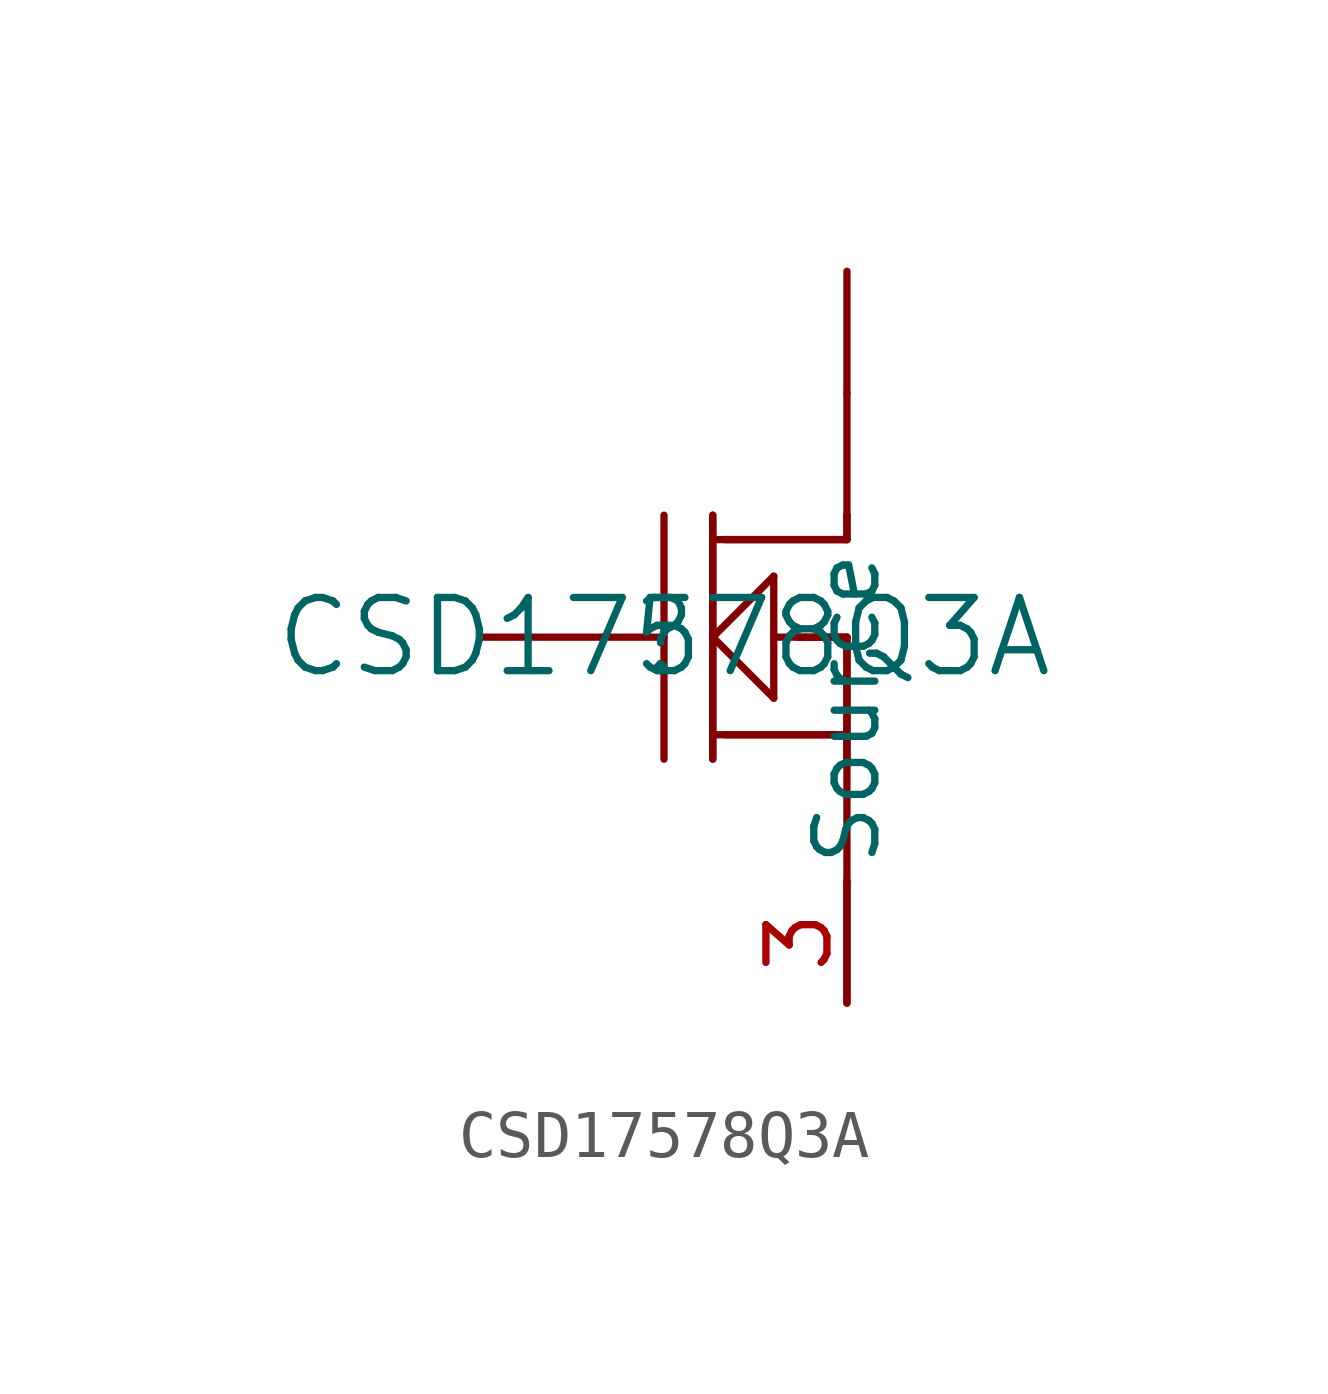
<source format=kicad_sym>
(kicad_symbol_lib
  (version 20211014)
  (generator kicad_symbol_editor)
  (symbol "CSD17578Q3A"
    (pin_names
      (offset 0.254))
    (property "Reference" ""
      (at 0 0 0)
      (effects (font (size 1.524 1.524))))
    (property "Value" "CSD17578Q3A"
      (at 0 0 0)
      (effects (font (size 1.524 1.524))))
    (polyline
      (pts (xy -3.81 0) (xy -1.27 0))
      (stroke (width 0.152) (type default) (color 0 0 0 0))
      (fill (type none)))
    (polyline
      (pts (xy 3.81 7.62) (xy 3.81 5.08))
      (stroke (width 0.152) (type default) (color 0 0 0 0))
      (fill (type none)))
    (polyline
      (pts (xy 3.81 -7.62) (xy 3.81 -5.08))
      (stroke (width 0.152) (type default) (color 0 0 0 0))
      (fill (type none)))
    (polyline
      (pts (xy 1.016 2.54) (xy 1.016 -2.54))
      (stroke (width 0.152) (type default) (color 0 0 0 0))
      (fill (type none)))
    (polyline
      (pts (xy 3.81 2.54) (xy 3.81 2.032))
      (stroke (width 0.152) (type default) (color 0 0 0 0))
      (fill (type none)))
    (polyline
      (pts (xy 3.81 2.032) (xy 1.27 2.032))
      (stroke (width 0.152) (type default) (color 0 0 0 0))
      (fill (type none)))
    (polyline
      (pts (xy 2.794 0) (xy 3.81 0))
      (stroke (width 0.152) (type default) (color 0 0 0 0))
      (fill (type none)))
    (polyline
      (pts (xy 3.81 0) (xy 3.81 -2.54))
      (stroke (width 0.152) (type default) (color 0 0 0 0))
      (fill (type none)))
    (polyline
      (pts (xy 1.27 -2.032) (xy 3.556 -2.032))
      (stroke (width 0.152) (type default) (color 0 0 0 0))
      (fill (type none)))
    (polyline
      (pts (xy 3.81 2.54) (xy 3.81 2.032))
      (stroke (width 0.152) (type default) (color 0 0 0 0))
      (fill (type none)))
    (polyline
      (pts (xy 3.81 2.032) (xy 1.016 2.032))
      (stroke (width 0.152) (type default) (color 0 0 0 0))
      (fill (type none)))
    (polyline
      (pts (xy 1.016 2.54) (xy 1.016 -2.54))
      (stroke (width 0.152) (type default) (color 0 0 0 0))
      (fill (type none)))
    (polyline
      (pts (xy 1.016 -2.032) (xy 3.81 -2.032))
      (stroke (width 0.152) (type default) (color 0 0 0 0))
      (fill (type none)))
    (polyline
      (pts (xy 1.016 0) (xy 2.286 1.27))
      (stroke (width 0.152) (type default) (color 0 0 0 0))
      (fill (type none)))
    (polyline
      (pts (xy 2.286 1.27) (xy 2.286 -1.27))
      (stroke (width 0.152) (type default) (color 0 0 0 0))
      (fill (type none)))
    (polyline
      (pts (xy 2.286 -1.27) (xy 1.016 0))
      (stroke (width 0.152) (type default) (color 0 0 0 0))
      (fill (type none)))
    (polyline
      (pts (xy 2.286 0) (xy 3.81 0))
      (stroke (width 0.152) (type default) (color 0 0 0 0))
      (fill (type none)))
    (polyline
      (pts (xy 3.81 0) (xy 3.81 -2.54))
      (stroke (width 0.152) (type default) (color 0 0 0 0))
      (fill (type none)))
    (polyline
      (pts (xy -1.27 0) (xy 0 0))
      (stroke (width 0.152) (type default) (color 0 0 0 0))
      (fill (type none)))
    (polyline
      (pts (xy 0 -2.54) (xy 0 2.54))
      (stroke (width 0.152) (type default) (color 0 0 0 0))
      (fill (type none)))
    (polyline
      (pts (xy 3.81 5.08) (xy 3.81 2.54))
      (stroke (width 0.152) (type default) (color 0 0 0 0))
      (fill (type none)))
    (polyline
      (pts (xy 3.81 -2.54) (xy 3.81 -5.08))
      (stroke (width 0.152) (type default) (color 0 0 0 0))
      (fill (type none)))
    (pin unspecified line
      (at 3.81 -7.62 90)
      (length 2.54)
      (name "Source" (effects (font (size 1.27 1.27))))
      (number "3" (effects (font (size 1.27 1.27)))))))
</source>
